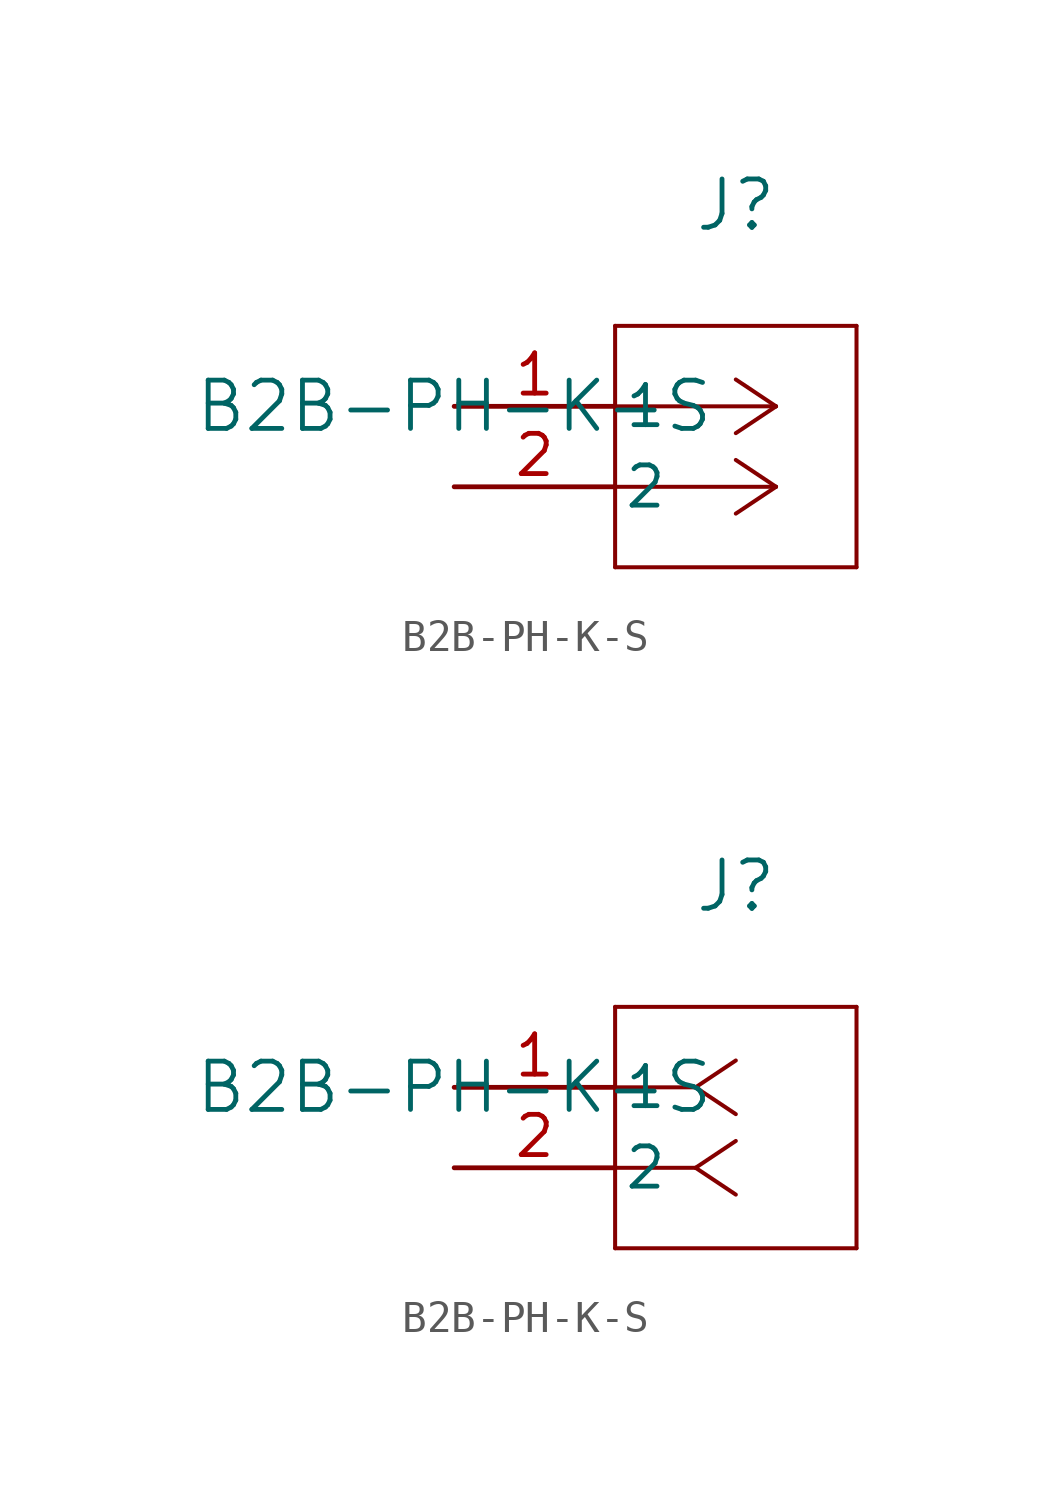
<source format=kicad_sym>
(kicad_symbol_lib
  (version 20211014)
  (generator kicad_symbol_editor)
  (symbol "B2B-PH-K-S"
    (pin_names
      (offset 0.254))
    (property "Reference" "J"
      (at 8.89 6.35 0)
      (effects (font (size 1.524 1.524))))
    (property "Value" "B2B-PH-K-S"
      (at 0 0 0)
      (effects (font (size 1.524 1.524))))
    (symbol "B2B-PH-K-S_1_1"
      (polyline (pts (xy 10.16 0) (xy 5.08 0)) (stroke (width 0.127) (type default) (color 0 0 0 0)) (fill (type none)))
      (polyline (pts (xy 10.16 -2.54) (xy 5.08 -2.54)) (stroke (width 0.127) (type default) (color 0 0 0 0)) (fill (type none)))
      (polyline (pts (xy 10.16 0) (xy 8.89 0.847)) (stroke (width 0.127) (type default) (color 0 0 0 0)) (fill (type none)))
      (polyline (pts (xy 10.16 -2.54) (xy 8.89 -1.693)) (stroke (width 0.127) (type default) (color 0 0 0 0)) (fill (type none)))
      (polyline (pts (xy 10.16 0) (xy 8.89 -0.847)) (stroke (width 0.127) (type default) (color 0 0 0 0)) (fill (type none)))
      (polyline (pts (xy 10.16 -2.54) (xy 8.89 -3.387)) (stroke (width 0.127) (type default) (color 0 0 0 0)) (fill (type none)))
      (polyline (pts (xy 5.08 2.54) (xy 5.08 -5.08)) (stroke (width 0.127) (type default) (color 0 0 0 0)) (fill (type none)))
      (polyline (pts (xy 5.08 -5.08) (xy 12.7 -5.08)) (stroke (width 0.127) (type default) (color 0 0 0 0)) (fill (type none)))
      (polyline (pts (xy 12.7 -5.08) (xy 12.7 2.54)) (stroke (width 0.127) (type default) (color 0 0 0 0)) (fill (type none)))
      (polyline (pts (xy 12.7 2.54) (xy 5.08 2.54)) (stroke (width 0.127) (type default) (color 0 0 0 0)) (fill (type none)))
      (pin unspecified line (at 0 0 0) (length 5.08) (name "1" (effects (font (size 1.27 1.27)))) (number "1" (effects (font (size 1.27 1.27)))))
      (pin unspecified line (at 0 -2.54 0) (length 5.08) (name "2" (effects (font (size 1.27 1.27)))) (number "2" (effects (font (size 1.27 1.27))))))
    (symbol "B2B-PH-K-S_1_2"
      (polyline (pts (xy 7.62 0) (xy 5.08 0)) (stroke (width 0.127) (type default) (color 0 0 0 0)) (fill (type none)))
      (polyline (pts (xy 7.62 -2.54) (xy 5.08 -2.54)) (stroke (width 0.127) (type default) (color 0 0 0 0)) (fill (type none)))
      (polyline (pts (xy 7.62 0) (xy 8.89 0.847)) (stroke (width 0.127) (type default) (color 0 0 0 0)) (fill (type none)))
      (polyline (pts (xy 7.62 -2.54) (xy 8.89 -1.693)) (stroke (width 0.127) (type default) (color 0 0 0 0)) (fill (type none)))
      (polyline (pts (xy 7.62 0) (xy 8.89 -0.847)) (stroke (width 0.127) (type default) (color 0 0 0 0)) (fill (type none)))
      (polyline (pts (xy 7.62 -2.54) (xy 8.89 -3.387)) (stroke (width 0.127) (type default) (color 0 0 0 0)) (fill (type none)))
      (polyline (pts (xy 5.08 2.54) (xy 5.08 -5.08)) (stroke (width 0.127) (type default) (color 0 0 0 0)) (fill (type none)))
      (polyline (pts (xy 5.08 -5.08) (xy 12.7 -5.08)) (stroke (width 0.127) (type default) (color 0 0 0 0)) (fill (type none)))
      (polyline (pts (xy 12.7 -5.08) (xy 12.7 2.54)) (stroke (width 0.127) (type default) (color 0 0 0 0)) (fill (type none)))
      (polyline (pts (xy 12.7 2.54) (xy 5.08 2.54)) (stroke (width 0.127) (type default) (color 0 0 0 0)) (fill (type none)))
      (pin unspecified line (at 0 0 0) (length 5.08) (name "1" (effects (font (size 1.27 1.27)))) (number "1" (effects (font (size 1.27 1.27)))))
      (pin unspecified line (at 0 -2.54 0) (length 5.08) (name "2" (effects (font (size 1.27 1.27)))) (number "2" (effects (font (size 1.27 1.27))))))))
</source>
